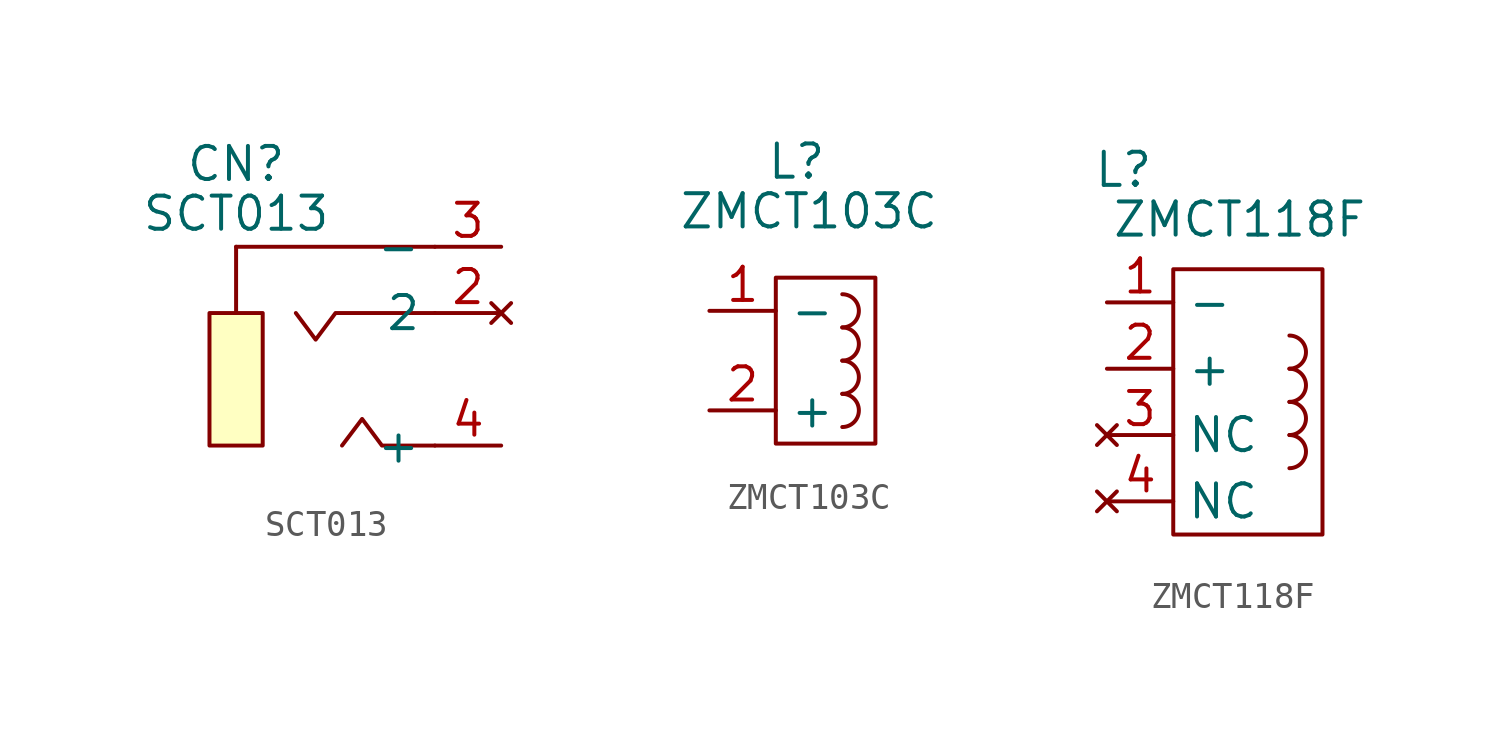
<source format=kicad_sym>
(kicad_symbol_lib
  (version 20220914)
  (generator kicad_symbol_editor)
  (symbol "SCT013"
    (property "Reference" "CN"
      (at 0 0.635 0)
      (effects (font (size 1.27 1.27))))
    (property "Value" "SCT013"
      (at 0 -1.27 0)
      (effects (font (size 1.27 1.27))))
    (symbol "SCT013_0_1"
      (rectangle (start -1.02 -5.08) (end 1.02 -10.16) (stroke (width 0) (type default)) (fill (type background)))
      (polyline (pts (xy 0 -2.54) (xy 0 -5.08)) (stroke (width 0) (type default)) (fill (type none)))
      (polyline (pts (xy 0 -2.54) (xy 7.62 -2.54)) (stroke (width 0) (type default)) (fill (type none)))
      (polyline (pts (xy 7.62 -10.16) (xy 5.59 -10.16) (xy 4.83 -9.14) (xy 4.06 -10.16)) (stroke (width 0) (type default)) (fill (type none)))
      (polyline (pts (xy 7.62 -5.08) (xy 3.81 -5.08) (xy 3.05 -6.1) (xy 2.29 -5.08)) (stroke (width 0) (type default)) (fill (type none))))
    (symbol "SCT013_1_1"
      (pin no_connect line (at 10.16 -5.08 180) (length 2.54) (name "2" (effects (font (size 1.27 1.27)))) (number "2" (effects (font (size 1.27 1.27)))))
      (pin power_in line (at 10.16 -2.54 180) (length 2.54) (name "-" (effects (font (size 1.27 1.27)))) (number "3" (effects (font (size 1.27 1.27)))))
      (pin output line (at 10.16 -10.16 180) (length 2.54) (name "+" (effects (font (size 1.27 1.27)))) (number "4" (effects (font (size 1.27 1.27)))))))
  (symbol "ZMCT103C"
    (property "Reference" "L"
      (at -0.474 1.903 0)
      (effects (font (size 1.27 1.27))))
    (property "Value" "ZMCT103C"
      (at 0 0 0)
      (effects (font (size 1.27 1.27))))
    (symbol "ZMCT103C_0_1"
      (rectangle (start -1.27 -2.54) (end 2.54 -8.89) (stroke (width 0) (type default)) (fill (type none)))
      (arc (start 1.2727 -8.255) (mid 1.905 -7.62) (end 1.2727 -6.985) (stroke (width 0) (type default)) (fill (type none)))
      (arc (start 1.2727 -6.985) (mid 1.905 -6.35) (end 1.2727 -5.715) (stroke (width 0) (type default)) (fill (type none)))
      (arc (start 1.2727 -5.715) (mid 1.905 -5.08) (end 1.2727 -4.445) (stroke (width 0) (type default)) (fill (type none)))
      (arc (start 1.2727 -4.445) (mid 1.905 -3.81) (end 1.2727 -3.175) (stroke (width 0) (type default)) (fill (type none))))
    (symbol "ZMCT103C_1_1"
      (pin power_in line (at -3.81 -3.81 0) (length 2.54) (name "-" (effects (font (size 1.27 1.27)))) (number "1" (effects (font (size 1.27 1.27)))))
      (pin output line (at -3.81 -7.62 0) (length 2.54) (name "+" (effects (font (size 1.27 1.27)))) (number "2" (effects (font (size 1.27 1.27)))))))
  (symbol "ZMCT118F"
    (property "Reference" "L"
      (at -17.78 6.985 0)
      (effects (font (size 1.27 1.27))))
    (property "Value" "ZMCT118F"
      (at -13.335 5.08 0)
      (effects (font (size 1.27 1.27))))
    (symbol "ZMCT118F_0_1"
      (rectangle (start -15.875 3.175) (end -10.16 -6.985) (stroke (width 0) (type default)) (fill (type none)))
      (arc (start -11.4273 -4.445) (mid -10.795 -3.81) (end -11.4273 -3.175) (stroke (width 0) (type default)) (fill (type none)))
      (arc (start -11.4273 -3.175) (mid -10.795 -2.54) (end -11.4273 -1.905) (stroke (width 0) (type default)) (fill (type none)))
      (arc (start -11.4273 -1.905) (mid -10.795 -1.27) (end -11.4273 -0.635) (stroke (width 0) (type default)) (fill (type none)))
      (arc (start -11.4273 -0.635) (mid -10.795 0) (end -11.4273 0.635) (stroke (width 0) (type default)) (fill (type none))))
    (symbol "ZMCT118F_1_1"
      (pin power_in line (at -18.415 1.905 0) (length 2.54) (name "-" (effects (font (size 1.27 1.27)))) (number "1" (effects (font (size 1.27 1.27)))))
      (pin output line (at -18.415 -0.635 0) (length 2.54) (name "+" (effects (font (size 1.27 1.27)))) (number "2" (effects (font (size 1.27 1.27)))))
      (pin no_connect line (at -18.415 -3.175 0) (length 2.54) (name "NC" (effects (font (size 1.27 1.27)))) (number "3" (effects (font (size 1.27 1.27)))))
      (pin no_connect line (at -18.415 -5.715 0) (length 2.54) (name "NC" (effects (font (size 1.27 1.27)))) (number "4" (effects (font (size 1.27 1.27))))))))
</source>
